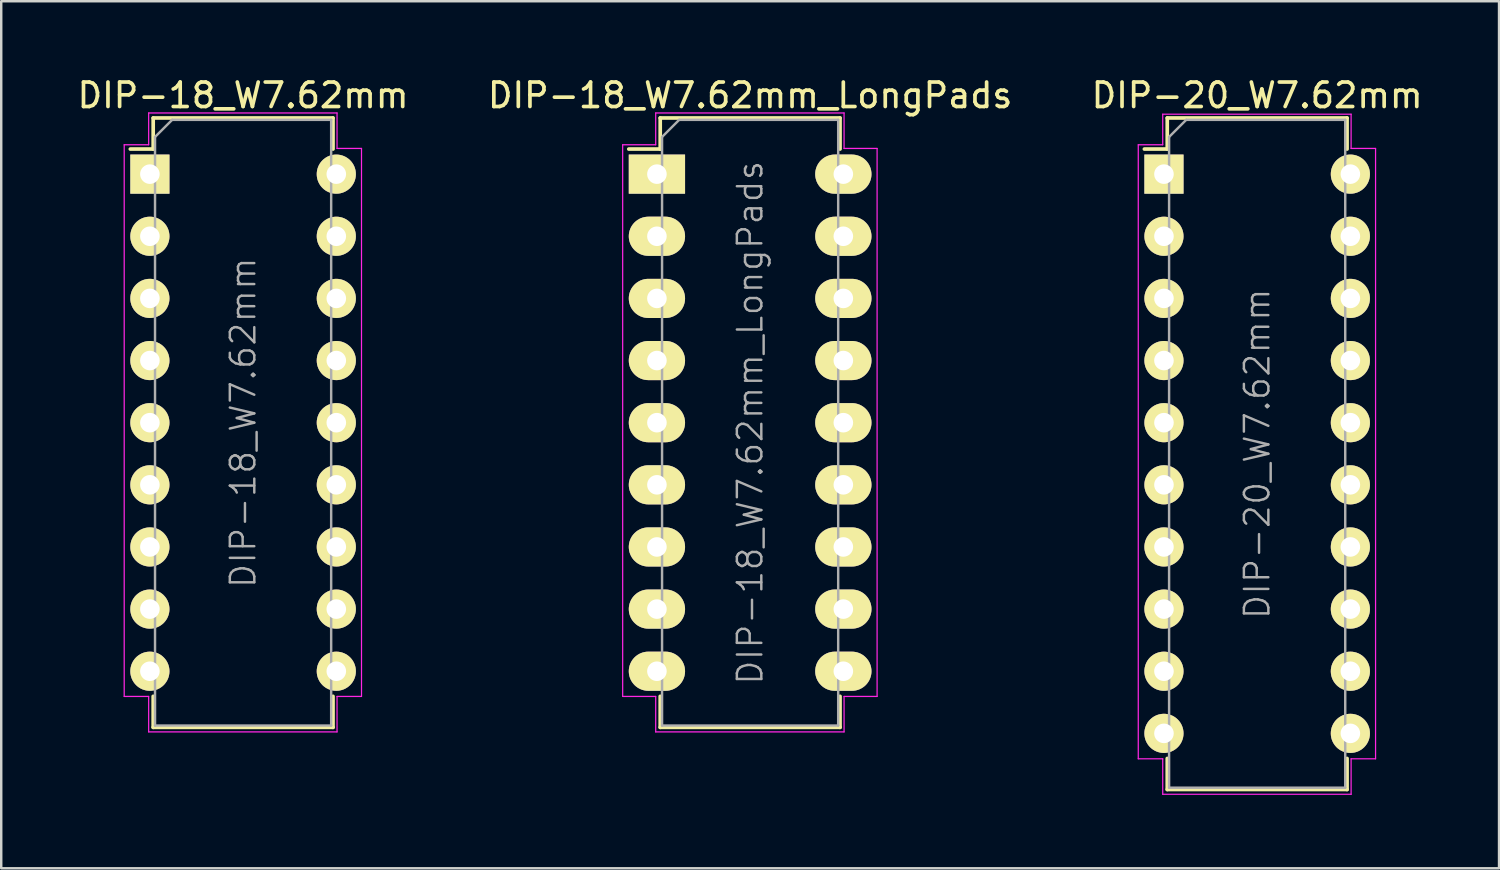
<source format=kicad_pcb>
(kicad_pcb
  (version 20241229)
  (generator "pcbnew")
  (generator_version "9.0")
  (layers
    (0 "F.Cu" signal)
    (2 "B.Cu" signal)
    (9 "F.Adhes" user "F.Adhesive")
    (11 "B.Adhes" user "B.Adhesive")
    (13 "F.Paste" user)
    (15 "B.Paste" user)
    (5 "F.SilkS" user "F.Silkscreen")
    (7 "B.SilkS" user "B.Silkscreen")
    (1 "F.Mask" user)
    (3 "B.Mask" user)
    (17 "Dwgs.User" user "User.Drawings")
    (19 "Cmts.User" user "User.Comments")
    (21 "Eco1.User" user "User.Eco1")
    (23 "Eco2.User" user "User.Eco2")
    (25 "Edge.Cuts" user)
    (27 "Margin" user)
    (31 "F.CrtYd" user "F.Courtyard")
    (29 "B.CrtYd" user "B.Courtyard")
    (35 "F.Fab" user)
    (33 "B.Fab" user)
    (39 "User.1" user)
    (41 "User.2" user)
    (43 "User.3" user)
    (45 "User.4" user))
  (footprint "DIP-18_W7.62mm_LongPads"
    (layer "F.Cu")
    (at 23.803 4.068)
    (property "Reference" "DIP-18_W7.62mm_LongPads" (at 3.81 -3.22 0) (layer "F.SilkS") (effects (font (size 1 1) (thickness 0.15))))
    (attr smd)
    (fp_line (start 0.135 -2.295) (end 0.135 -1.025) (stroke (width 0.15) (type solid)) (layer "F.SilkS"))
    (fp_line (start 0.135 -2.295) (end 7.485 -2.295) (stroke (width 0.15) (type solid)) (layer "F.SilkS"))
    (fp_line (start 0.135 -1.025) (end -1.15 -1.025) (stroke (width 0.15) (type solid)) (layer "F.SilkS"))
    (fp_line (start 0.135 22.615) (end 0.135 21.345) (stroke (width 0.15) (type solid)) (layer "F.SilkS"))
    (fp_line (start 0.135 22.615) (end 7.485 22.615) (stroke (width 0.15) (type solid)) (layer "F.SilkS"))
    (fp_line (start 7.485 -2.295) (end 7.485 -1.025) (stroke (width 0.15) (type solid)) (layer "F.SilkS"))
    (fp_line (start 7.485 22.615) (end 7.485 21.345) (stroke (width 0.15) (type solid)) (layer "F.SilkS"))
    (fp_line (start -1.4 -1.2) (end -1.4 21.35) (stroke (width 0.05) (type solid)) (layer "F.CrtYd"))
    (fp_line (start -1.4 -1.2) (end -0.05 -1.2) (stroke (width 0.05) (type solid)) (layer "F.CrtYd"))
    (fp_line (start -1.4 21.35) (end -0.05 21.35) (stroke (width 0.05) (type solid)) (layer "F.CrtYd"))
    (fp_line (start -0.05 -2.5) (end -0.05 -1.2) (stroke (width 0.05) (type solid)) (layer "F.CrtYd"))
    (fp_line (start -0.05 22.8) (end -0.05 21.35) (stroke (width 0.05) (type solid)) (layer "F.CrtYd"))
    (fp_line (start 7.65 -2.5) (end -0.05 -2.5) (stroke (width 0.05) (type solid)) (layer "F.CrtYd"))
    (fp_line (start 7.65 -2.5) (end 7.65 -1.05) (stroke (width 0.05) (type solid)) (layer "F.CrtYd"))
    (fp_line (start 7.65 22.8) (end -0.05 22.8) (stroke (width 0.05) (type solid)) (layer "F.CrtYd"))
    (fp_line (start 7.65 22.8) (end 7.65 21.35) (stroke (width 0.05) (type solid)) (layer "F.CrtYd"))
    (fp_line (start 9 -1.05) (end 7.65 -1.05) (stroke (width 0.05) (type solid)) (layer "F.CrtYd"))
    (fp_line (start 9 -1.05) (end 9 21.35) (stroke (width 0.05) (type solid)) (layer "F.CrtYd"))
    (fp_line (start 9 21.35) (end 7.65 21.35) (stroke (width 0.05) (type solid)) (layer "F.CrtYd"))
    (fp_line (start 0.21 -1.52) (end 0.91 -2.22) (stroke (width 0.1) (type solid)) (layer "F.Fab"))
    (fp_line (start 0.21 22.54) (end 0.21 -1.52) (stroke (width 0.1) (type solid)) (layer "F.Fab"))
    (fp_line (start 7.41 -2.22) (end 0.91 -2.22) (stroke (width 0.1) (type solid)) (layer "F.Fab"))
    (fp_line (start 7.41 22.54) (end 0.21 22.54) (stroke (width 0.1) (type solid)) (layer "F.Fab"))
    (fp_line (start 7.41 22.54) (end 7.41 -2.22) (stroke (width 0.1) (type solid)) (layer "F.Fab"))
    (fp_text user "${REFERENCE}" (at 3.81 10.16 90) (layer "F.Fab") (effects (font (size 1 1) (thickness 0.1))))
    (pad "1" thru_hole rect (at 0 0) (size 2.3 1.6) (drill 0.8) (layers "*.Cu" "*.Mask" "F.SilkS"))
    (pad "2" thru_hole oval (at 0 2.54) (size 2.3 1.6) (drill 0.8) (layers "*.Cu" "*.Mask" "F.SilkS"))
    (pad "3" thru_hole oval (at 0 5.08) (size 2.3 1.6) (drill 0.8) (layers "*.Cu" "*.Mask" "F.SilkS"))
    (pad "4" thru_hole oval (at 0 7.62) (size 2.3 1.6) (drill 0.8) (layers "*.Cu" "*.Mask" "F.SilkS"))
    (pad "5" thru_hole oval (at 0 10.16) (size 2.3 1.6) (drill 0.8) (layers "*.Cu" "*.Mask" "F.SilkS"))
    (pad "6" thru_hole oval (at 0 12.7) (size 2.3 1.6) (drill 0.8) (layers "*.Cu" "*.Mask" "F.SilkS"))
    (pad "7" thru_hole oval (at 0 15.24) (size 2.3 1.6) (drill 0.8) (layers "*.Cu" "*.Mask" "F.SilkS"))
    (pad "8" thru_hole oval (at 0 17.78) (size 2.3 1.6) (drill 0.8) (layers "*.Cu" "*.Mask" "F.SilkS"))
    (pad "9" thru_hole oval (at 0 20.32) (size 2.3 1.6) (drill 0.8) (layers "*.Cu" "*.Mask" "F.SilkS"))
    (pad "10" thru_hole oval (at 7.62 20.32) (size 2.3 1.6) (drill 0.8) (layers "*.Cu" "*.Mask" "F.SilkS"))
    (pad "11" thru_hole oval (at 7.62 17.78) (size 2.3 1.6) (drill 0.8) (layers "*.Cu" "*.Mask" "F.SilkS"))
    (pad "12" thru_hole oval (at 7.62 15.24) (size 2.3 1.6) (drill 0.8) (layers "*.Cu" "*.Mask" "F.SilkS"))
    (pad "13" thru_hole oval (at 7.62 12.7) (size 2.3 1.6) (drill 0.8) (layers "*.Cu" "*.Mask" "F.SilkS"))
    (pad "14" thru_hole oval (at 7.62 10.16) (size 2.3 1.6) (drill 0.8) (layers "*.Cu" "*.Mask" "F.SilkS"))
    (pad "15" thru_hole oval (at 7.62 7.62) (size 2.3 1.6) (drill 0.8) (layers "*.Cu" "*.Mask" "F.SilkS"))
    (pad "16" thru_hole oval (at 7.62 5.08) (size 2.3 1.6) (drill 0.8) (layers "*.Cu" "*.Mask" "F.SilkS"))
    (pad "17" thru_hole oval (at 7.62 2.54) (size 2.3 1.6) (drill 0.8) (layers "*.Cu" "*.Mask" "F.SilkS"))
    (pad "18" thru_hole oval (at 7.62 0) (size 2.3 1.6) (drill 0.8) (layers "*.Cu" "*.Mask" "F.SilkS")))
  (footprint "DIP-18_W7.62mm"
    (layer "F.Cu")
    (at 3.077 4.068)
    (property "Reference" "DIP-18_W7.62mm" (at 3.81 -3.22 0) (layer "F.SilkS") (effects (font (size 1 1) (thickness 0.15))))
    (attr smd)
    (fp_line (start 0.135 -2.295) (end 0.135 -1.025) (stroke (width 0.15) (type solid)) (layer "F.SilkS"))
    (fp_line (start 0.135 -2.295) (end 7.485 -2.295) (stroke (width 0.15) (type solid)) (layer "F.SilkS"))
    (fp_line (start 0.135 -1.025) (end -0.8 -1.025) (stroke (width 0.15) (type solid)) (layer "F.SilkS"))
    (fp_line (start 0.135 22.615) (end 0.135 21.345) (stroke (width 0.15) (type solid)) (layer "F.SilkS"))
    (fp_line (start 0.135 22.615) (end 7.485 22.615) (stroke (width 0.15) (type solid)) (layer "F.SilkS"))
    (fp_line (start 7.485 -2.295) (end 7.485 -1.025) (stroke (width 0.15) (type solid)) (layer "F.SilkS"))
    (fp_line (start 7.485 22.615) (end 7.485 21.345) (stroke (width 0.15) (type solid)) (layer "F.SilkS"))
    (fp_line (start -1.05 -1.2) (end -1.05 21.35) (stroke (width 0.05) (type solid)) (layer "F.CrtYd"))
    (fp_line (start -1.05 -1.2) (end -0.05 -1.2) (stroke (width 0.05) (type solid)) (layer "F.CrtYd"))
    (fp_line (start -1.05 21.35) (end -0.05 21.35) (stroke (width 0.05) (type solid)) (layer "F.CrtYd"))
    (fp_line (start -0.05 -2.5) (end -0.05 -1.2) (stroke (width 0.05) (type solid)) (layer "F.CrtYd"))
    (fp_line (start -0.05 22.8) (end -0.05 21.35) (stroke (width 0.05) (type solid)) (layer "F.CrtYd"))
    (fp_line (start 7.65 -2.5) (end -0.05 -2.5) (stroke (width 0.05) (type solid)) (layer "F.CrtYd"))
    (fp_line (start 7.65 -2.5) (end 7.65 -1.05) (stroke (width 0.05) (type solid)) (layer "F.CrtYd"))
    (fp_line (start 7.65 22.8) (end -0.05 22.8) (stroke (width 0.05) (type solid)) (layer "F.CrtYd"))
    (fp_line (start 7.65 22.8) (end 7.65 21.35) (stroke (width 0.05) (type solid)) (layer "F.CrtYd"))
    (fp_line (start 8.65 -1.05) (end 7.65 -1.05) (stroke (width 0.05) (type solid)) (layer "F.CrtYd"))
    (fp_line (start 8.65 -1.05) (end 8.65 21.35) (stroke (width 0.05) (type solid)) (layer "F.CrtYd"))
    (fp_line (start 8.65 21.35) (end 7.65 21.35) (stroke (width 0.05) (type solid)) (layer "F.CrtYd"))
    (fp_line (start 0.21 -1.52) (end 0.91 -2.22) (stroke (width 0.1) (type solid)) (layer "F.Fab"))
    (fp_line (start 0.21 22.54) (end 0.21 -1.52) (stroke (width 0.1) (type solid)) (layer "F.Fab"))
    (fp_line (start 7.41 -2.22) (end 0.91 -2.22) (stroke (width 0.1) (type solid)) (layer "F.Fab"))
    (fp_line (start 7.41 22.54) (end 0.21 22.54) (stroke (width 0.1) (type solid)) (layer "F.Fab"))
    (fp_line (start 7.41 22.54) (end 7.41 -2.22) (stroke (width 0.1) (type solid)) (layer "F.Fab"))
    (fp_text user "${REFERENCE}" (at 3.81 10.16 90) (layer "F.Fab") (effects (font (size 1 1) (thickness 0.1))))
    (pad "1" thru_hole rect (at 0 0) (size 1.6 1.6) (drill 0.8) (layers "*.Cu" "*.Mask" "F.SilkS"))
    (pad "2" thru_hole oval (at 0 2.54) (size 1.6 1.6) (drill 0.8) (layers "*.Cu" "*.Mask" "F.SilkS"))
    (pad "3" thru_hole oval (at 0 5.08) (size 1.6 1.6) (drill 0.8) (layers "*.Cu" "*.Mask" "F.SilkS"))
    (pad "4" thru_hole oval (at 0 7.62) (size 1.6 1.6) (drill 0.8) (layers "*.Cu" "*.Mask" "F.SilkS"))
    (pad "5" thru_hole oval (at 0 10.16) (size 1.6 1.6) (drill 0.8) (layers "*.Cu" "*.Mask" "F.SilkS"))
    (pad "6" thru_hole oval (at 0 12.7) (size 1.6 1.6) (drill 0.8) (layers "*.Cu" "*.Mask" "F.SilkS"))
    (pad "7" thru_hole oval (at 0 15.24) (size 1.6 1.6) (drill 0.8) (layers "*.Cu" "*.Mask" "F.SilkS"))
    (pad "8" thru_hole oval (at 0 17.78) (size 1.6 1.6) (drill 0.8) (layers "*.Cu" "*.Mask" "F.SilkS"))
    (pad "9" thru_hole oval (at 0 20.32) (size 1.6 1.6) (drill 0.8) (layers "*.Cu" "*.Mask" "F.SilkS"))
    (pad "10" thru_hole oval (at 7.62 20.32) (size 1.6 1.6) (drill 0.8) (layers "*.Cu" "*.Mask" "F.SilkS"))
    (pad "11" thru_hole oval (at 7.62 17.78) (size 1.6 1.6) (drill 0.8) (layers "*.Cu" "*.Mask" "F.SilkS"))
    (pad "12" thru_hole oval (at 7.62 15.24) (size 1.6 1.6) (drill 0.8) (layers "*.Cu" "*.Mask" "F.SilkS"))
    (pad "13" thru_hole oval (at 7.62 12.7) (size 1.6 1.6) (drill 0.8) (layers "*.Cu" "*.Mask" "F.SilkS"))
    (pad "14" thru_hole oval (at 7.62 10.16) (size 1.6 1.6) (drill 0.8) (layers "*.Cu" "*.Mask" "F.SilkS"))
    (pad "15" thru_hole oval (at 7.62 7.62) (size 1.6 1.6) (drill 0.8) (layers "*.Cu" "*.Mask" "F.SilkS"))
    (pad "16" thru_hole oval (at 7.62 5.08) (size 1.6 1.6) (drill 0.8) (layers "*.Cu" "*.Mask" "F.SilkS"))
    (pad "17" thru_hole oval (at 7.62 2.54) (size 1.6 1.6) (drill 0.8) (layers "*.Cu" "*.Mask" "F.SilkS"))
    (pad "18" thru_hole oval (at 7.62 0) (size 1.6 1.6) (drill 0.8) (layers "*.Cu" "*.Mask" "F.SilkS")))
  (footprint "DIP-20_W7.62mm"
    (layer "F.Cu")
    (at 44.529 4.068)
    (property "Reference" "DIP-20_W7.62mm" (at 3.81 -3.22 0) (layer "F.SilkS") (effects (font (size 1 1) (thickness 0.15))))
    (attr smd)
    (fp_line (start 0.135 -2.295) (end 0.135 -1.025) (stroke (width 0.15) (type solid)) (layer "F.SilkS"))
    (fp_line (start 0.135 -2.295) (end 7.485 -2.295) (stroke (width 0.15) (type solid)) (layer "F.SilkS"))
    (fp_line (start 0.135 -1.025) (end -0.8 -1.025) (stroke (width 0.15) (type solid)) (layer "F.SilkS"))
    (fp_line (start 0.135 25.155) (end 0.135 23.885) (stroke (width 0.15) (type solid)) (layer "F.SilkS"))
    (fp_line (start 0.135 25.155) (end 7.485 25.155) (stroke (width 0.15) (type solid)) (layer "F.SilkS"))
    (fp_line (start 7.485 -2.295) (end 7.485 -1.025) (stroke (width 0.15) (type solid)) (layer "F.SilkS"))
    (fp_line (start 7.485 25.155) (end 7.485 23.885) (stroke (width 0.15) (type solid)) (layer "F.SilkS"))
    (fp_line (start -1.05 -1.2) (end -1.05 23.9) (stroke (width 0.05) (type solid)) (layer "F.CrtYd"))
    (fp_line (start -1.05 -1.2) (end -0.05 -1.2) (stroke (width 0.05) (type solid)) (layer "F.CrtYd"))
    (fp_line (start -1.05 23.9) (end -0.05 23.9) (stroke (width 0.05) (type solid)) (layer "F.CrtYd"))
    (fp_line (start -0.05 -2.45) (end -0.05 -1.2) (stroke (width 0.05) (type solid)) (layer "F.CrtYd"))
    (fp_line (start -0.05 25.35) (end -0.05 23.9) (stroke (width 0.05) (type solid)) (layer "F.CrtYd"))
    (fp_line (start 7.65 -2.45) (end -0.05 -2.45) (stroke (width 0.05) (type solid)) (layer "F.CrtYd"))
    (fp_line (start 7.65 -2.45) (end 7.65 -1.05) (stroke (width 0.05) (type solid)) (layer "F.CrtYd"))
    (fp_line (start 7.65 25.35) (end -0.05 25.35) (stroke (width 0.05) (type solid)) (layer "F.CrtYd"))
    (fp_line (start 7.65 25.35) (end 7.65 23.9) (stroke (width 0.05) (type solid)) (layer "F.CrtYd"))
    (fp_line (start 8.65 -1.05) (end 7.65 -1.05) (stroke (width 0.05) (type solid)) (layer "F.CrtYd"))
    (fp_line (start 8.65 -1.05) (end 8.65 23.9) (stroke (width 0.05) (type solid)) (layer "F.CrtYd"))
    (fp_line (start 8.65 23.9) (end 7.65 23.9) (stroke (width 0.05) (type solid)) (layer "F.CrtYd"))
    (fp_line (start 0.21 -1.52) (end 0.91 -2.22) (stroke (width 0.1) (type solid)) (layer "F.Fab"))
    (fp_line (start 0.21 25.08) (end 0.21 -1.52) (stroke (width 0.1) (type solid)) (layer "F.Fab"))
    (fp_line (start 7.41 -2.22) (end 0.91 -2.22) (stroke (width 0.1) (type solid)) (layer "F.Fab"))
    (fp_line (start 7.41 25.08) (end 0.21 25.08) (stroke (width 0.1) (type solid)) (layer "F.Fab"))
    (fp_line (start 7.41 25.08) (end 7.41 -2.22) (stroke (width 0.1) (type solid)) (layer "F.Fab"))
    (fp_text user "${REFERENCE}" (at 3.81 11.43 90) (layer "F.Fab") (effects (font (size 1 1) (thickness 0.1))))
    (pad "1" thru_hole rect (at 0 0) (size 1.6 1.6) (drill 0.8) (layers "*.Cu" "*.Mask" "F.SilkS"))
    (pad "2" thru_hole oval (at 0 2.54) (size 1.6 1.6) (drill 0.8) (layers "*.Cu" "*.Mask" "F.SilkS"))
    (pad "3" thru_hole oval (at 0 5.08) (size 1.6 1.6) (drill 0.8) (layers "*.Cu" "*.Mask" "F.SilkS"))
    (pad "4" thru_hole oval (at 0 7.62) (size 1.6 1.6) (drill 0.8) (layers "*.Cu" "*.Mask" "F.SilkS"))
    (pad "5" thru_hole oval (at 0 10.16) (size 1.6 1.6) (drill 0.8) (layers "*.Cu" "*.Mask" "F.SilkS"))
    (pad "6" thru_hole oval (at 0 12.7) (size 1.6 1.6) (drill 0.8) (layers "*.Cu" "*.Mask" "F.SilkS"))
    (pad "7" thru_hole oval (at 0 15.24) (size 1.6 1.6) (drill 0.8) (layers "*.Cu" "*.Mask" "F.SilkS"))
    (pad "8" thru_hole oval (at 0 17.78) (size 1.6 1.6) (drill 0.8) (layers "*.Cu" "*.Mask" "F.SilkS"))
    (pad "9" thru_hole oval (at 0 20.32) (size 1.6 1.6) (drill 0.8) (layers "*.Cu" "*.Mask" "F.SilkS"))
    (pad "10" thru_hole oval (at 0 22.86) (size 1.6 1.6) (drill 0.8) (layers "*.Cu" "*.Mask" "F.SilkS"))
    (pad "11" thru_hole oval (at 7.62 22.86) (size 1.6 1.6) (drill 0.8) (layers "*.Cu" "*.Mask" "F.SilkS"))
    (pad "12" thru_hole oval (at 7.62 20.32) (size 1.6 1.6) (drill 0.8) (layers "*.Cu" "*.Mask" "F.SilkS"))
    (pad "13" thru_hole oval (at 7.62 17.78) (size 1.6 1.6) (drill 0.8) (layers "*.Cu" "*.Mask" "F.SilkS"))
    (pad "14" thru_hole oval (at 7.62 15.24) (size 1.6 1.6) (drill 0.8) (layers "*.Cu" "*.Mask" "F.SilkS"))
    (pad "15" thru_hole oval (at 7.62 12.7) (size 1.6 1.6) (drill 0.8) (layers "*.Cu" "*.Mask" "F.SilkS"))
    (pad "16" thru_hole oval (at 7.62 10.16) (size 1.6 1.6) (drill 0.8) (layers "*.Cu" "*.Mask" "F.SilkS"))
    (pad "17" thru_hole oval (at 7.62 7.62) (size 1.6 1.6) (drill 0.8) (layers "*.Cu" "*.Mask" "F.SilkS"))
    (pad "18" thru_hole oval (at 7.62 5.08) (size 1.6 1.6) (drill 0.8) (layers "*.Cu" "*.Mask" "F.SilkS"))
    (pad "19" thru_hole oval (at 7.62 2.54) (size 1.6 1.6) (drill 0.8) (layers "*.Cu" "*.Mask" "F.SilkS"))
    (pad "20" thru_hole oval (at 7.62 0) (size 1.6 1.6) (drill 0.8) (layers "*.Cu" "*.Mask" "F.SilkS")))
  (gr_rect
    (start -3 -3)
    (end 58.226 32.443)
    (stroke (width 0.1) (type default))
    (fill no)
    (layer "Edge.Cuts")))
</source>
